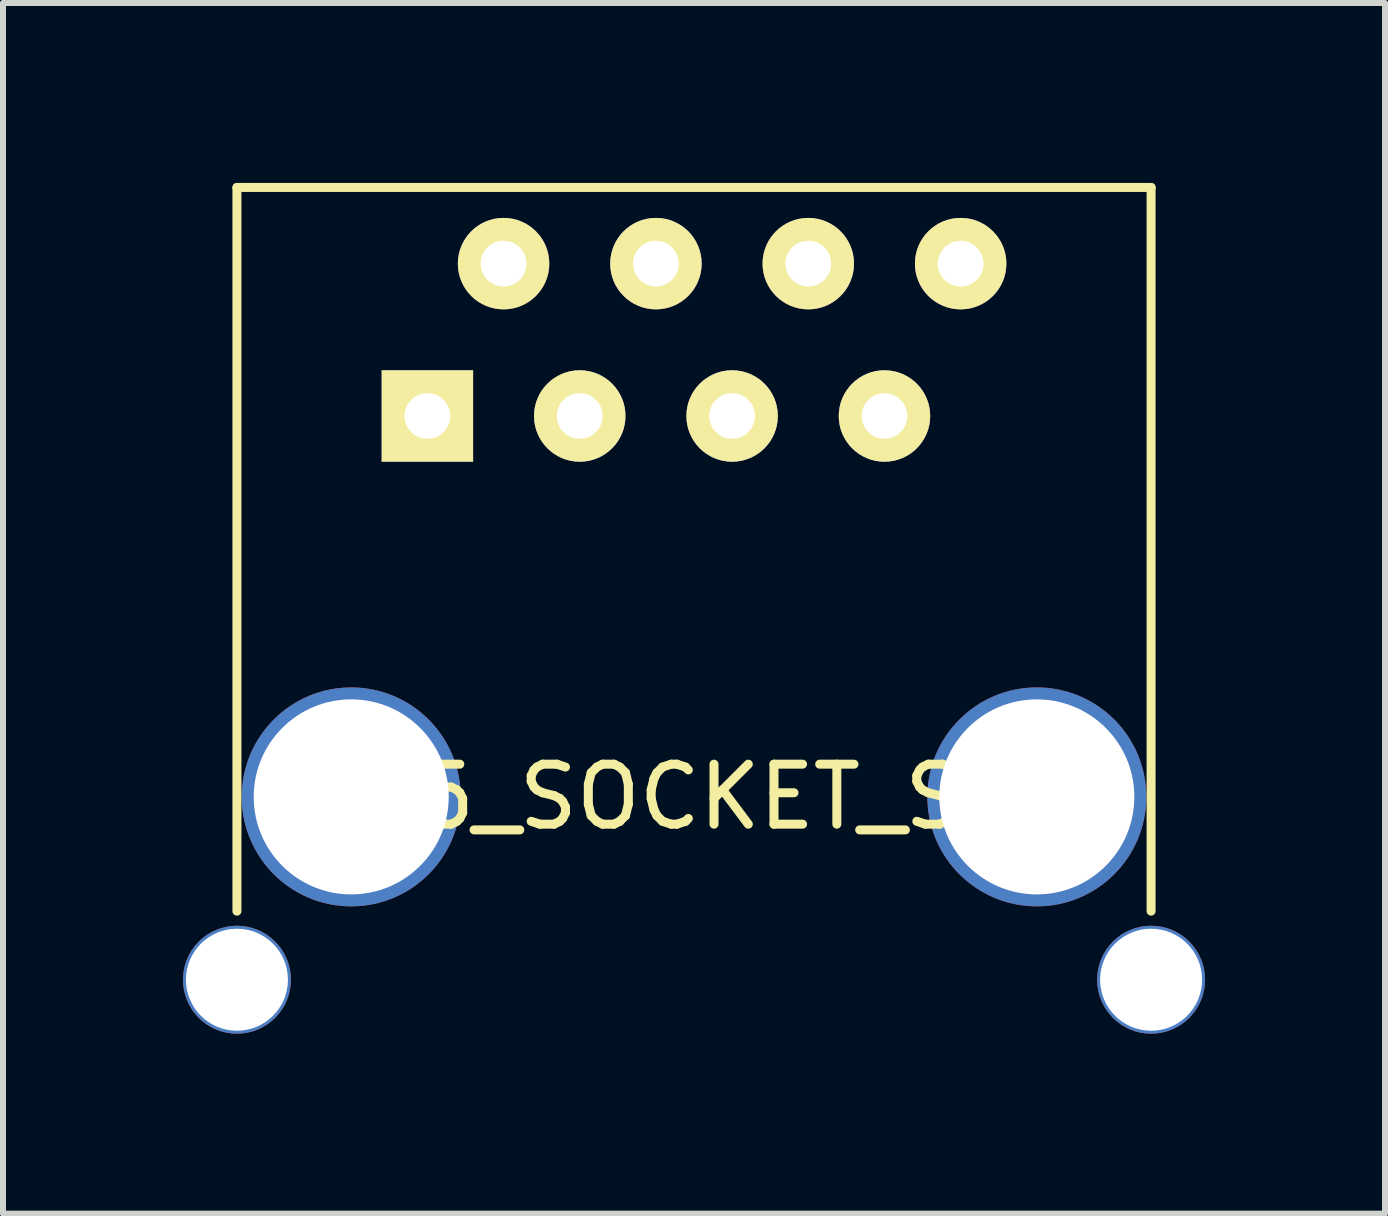
<source format=kicad_pcb>
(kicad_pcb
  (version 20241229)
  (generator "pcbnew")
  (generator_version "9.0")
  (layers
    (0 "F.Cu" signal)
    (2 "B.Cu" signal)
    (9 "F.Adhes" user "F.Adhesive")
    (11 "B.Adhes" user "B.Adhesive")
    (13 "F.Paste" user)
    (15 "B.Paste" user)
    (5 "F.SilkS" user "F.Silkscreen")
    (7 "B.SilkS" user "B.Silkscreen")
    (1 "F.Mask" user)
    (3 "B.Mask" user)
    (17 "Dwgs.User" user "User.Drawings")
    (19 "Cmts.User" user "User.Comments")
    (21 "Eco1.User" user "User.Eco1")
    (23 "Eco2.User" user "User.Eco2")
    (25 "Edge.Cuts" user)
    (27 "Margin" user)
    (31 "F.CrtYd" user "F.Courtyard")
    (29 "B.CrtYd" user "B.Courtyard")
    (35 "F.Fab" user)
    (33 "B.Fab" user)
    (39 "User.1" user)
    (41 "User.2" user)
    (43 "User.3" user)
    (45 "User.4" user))
  (footprint "RJ45_SOCKET_SHLD"
    (layer "F.Cu")
    (at 8.52 10.235)
    (property "Reference" "RJ45_SOCKET_SHLD" (at 0 0 0) (layer "F.SilkS") (effects (font (size 1 1) (thickness 0.15))))
    (attr through_hole)
    (fp_line (start -7.62 -10.16) (end -7.62 1.905) (stroke (width 0.15) (type solid)) (layer "F.SilkS"))
    (fp_line (start 7.62 -10.16) (end -7.62 -10.16) (stroke (width 0.15) (type solid)) (layer "F.SilkS"))
    (fp_line (start 7.62 1.905) (end 7.62 -10.16) (stroke (width 0.15) (type solid)) (layer "F.SilkS"))
    (pad "" np_thru_hole circle (at -5.715 0) (size 3.65 3.65) (drill 3.251) (layers "*.Cu" "*.Mask"))
    (pad "" np_thru_hole circle (at 5.715 0) (size 3.65 3.65) (drill 3.251) (layers "*.Cu" "*.Mask"))
    (pad "1" thru_hole rect (at -4.445 -6.35) (size 1.524 1.524) (drill 0.762) (layers "*.Cu" "*.Mask" "F.SilkS"))
    (pad "2" thru_hole circle (at -3.175 -8.89) (size 1.524 1.524) (drill 0.762) (layers "*.Cu" "*.Mask" "F.SilkS"))
    (pad "3" thru_hole circle (at -1.905 -6.35) (size 1.524 1.524) (drill 0.762) (layers "*.Cu" "*.Mask" "F.SilkS"))
    (pad "4" thru_hole circle (at -0.635 -8.89) (size 1.524 1.524) (drill 0.762) (layers "*.Cu" "*.Mask" "F.SilkS"))
    (pad "5" thru_hole circle (at 0.635 -6.35) (size 1.524 1.524) (drill 0.762) (layers "*.Cu" "*.Mask" "F.SilkS"))
    (pad "6" thru_hole circle (at 1.905 -8.89) (size 1.524 1.524) (drill 0.762) (layers "*.Cu" "*.Mask" "F.SilkS"))
    (pad "7" thru_hole circle (at 3.175 -6.35) (size 1.524 1.524) (drill 0.762) (layers "*.Cu" "*.Mask" "F.SilkS"))
    (pad "8" thru_hole circle (at 4.445 -8.89) (size 1.524 1.524) (drill 0.762) (layers "*.Cu" "*.Mask" "F.SilkS"))
    (pad "SH" thru_hole circle (at -7.62 3.048) (size 1.8 1.8) (drill 1.7) (layers "*.Cu" "*.Mask"))
    (pad "SH" thru_hole circle (at 7.62 3.048) (size 1.8 1.8) (drill 1.7) (layers "*.Cu" "*.Mask")))
  (gr_rect
    (start -3 -3)
    (end 20.04 17.183)
    (stroke (width 0.1) (type default))
    (fill no)
    (layer "Edge.Cuts")))
</source>
